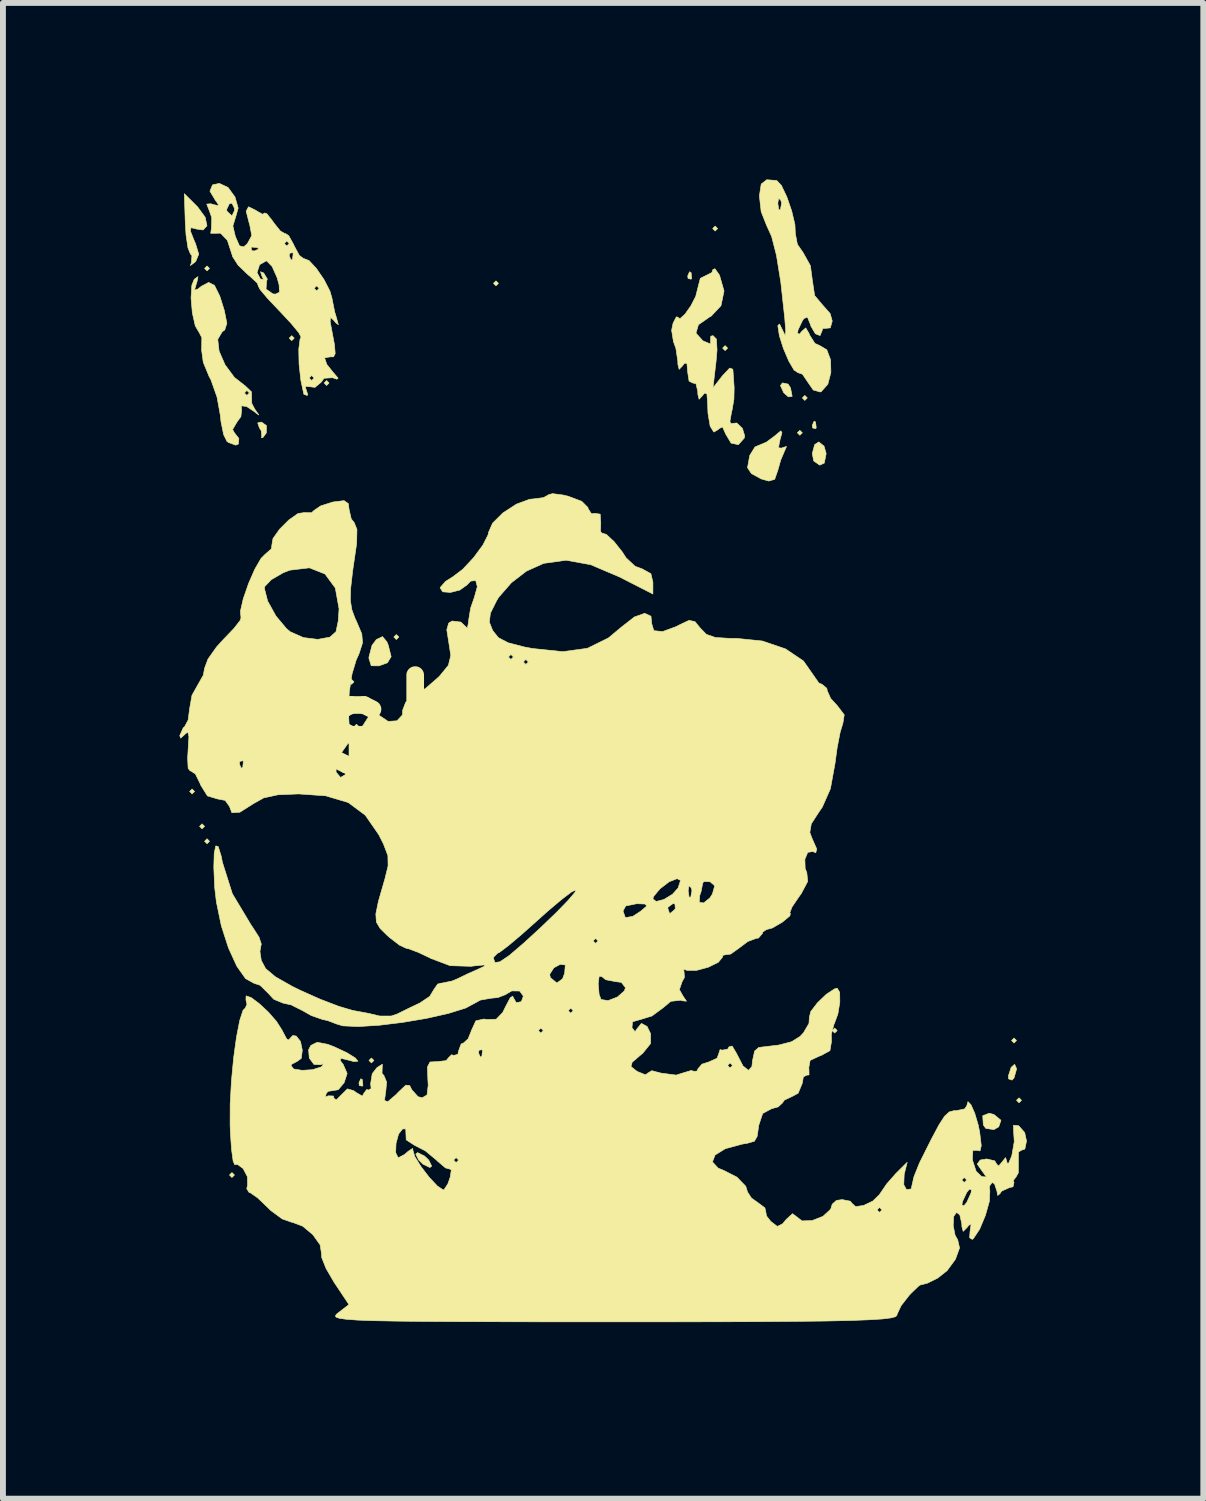
<source format=kicad_pcb>
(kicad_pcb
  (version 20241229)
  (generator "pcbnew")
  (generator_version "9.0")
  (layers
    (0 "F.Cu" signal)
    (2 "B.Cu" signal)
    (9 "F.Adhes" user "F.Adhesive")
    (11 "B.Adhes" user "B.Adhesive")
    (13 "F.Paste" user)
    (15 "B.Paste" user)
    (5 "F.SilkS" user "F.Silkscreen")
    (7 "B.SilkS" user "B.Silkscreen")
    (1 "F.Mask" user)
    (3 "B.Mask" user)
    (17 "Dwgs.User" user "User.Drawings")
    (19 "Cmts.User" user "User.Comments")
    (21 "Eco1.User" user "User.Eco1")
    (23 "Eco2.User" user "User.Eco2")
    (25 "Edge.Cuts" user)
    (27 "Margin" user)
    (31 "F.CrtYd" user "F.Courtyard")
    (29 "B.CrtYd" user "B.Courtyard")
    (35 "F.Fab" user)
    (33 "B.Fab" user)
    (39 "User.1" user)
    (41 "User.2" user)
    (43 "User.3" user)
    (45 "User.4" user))
  (footprint "shibe"
    (layer "F.Cu")
    (at 5.422 9.259)
    (property "Reference" "shibe" (at 0 0 0) (layer "F.SilkS") (effects (font (size 1.524 1.524) (thickness 0.3))))
    (attr through_hole)
    (fp_poly (pts (xy -5.165 1.143) (xy -5.207 1.185) (xy -5.249 1.143) (xy -5.207 1.101) (xy -5.165 1.143)) (stroke (width 0.01) (type solid)) (fill yes) (layer "F.SilkS"))
    (fp_poly (pts (xy -4.995 1.736) (xy -5.038 1.778) (xy -5.08 1.736) (xy -5.038 1.693) (xy -4.995 1.736)) (stroke (width 0.01) (type solid)) (fill yes) (layer "F.SilkS"))
    (fp_poly (pts (xy -4.911 -7.747) (xy -4.953 -7.705) (xy -4.995 -7.747) (xy -4.953 -7.789) (xy -4.911 -7.747)) (stroke (width 0.01) (type solid)) (fill yes) (layer "F.SilkS"))
    (fp_poly (pts (xy -4.911 1.99) (xy -4.953 2.032) (xy -4.995 1.99) (xy -4.953 1.947) (xy -4.911 1.99)) (stroke (width 0.01) (type solid)) (fill yes) (layer "F.SilkS"))
    (fp_poly (pts (xy -4.487 7.662) (xy -4.53 7.705) (xy -4.572 7.662) (xy -4.53 7.62) (xy -4.487 7.662)) (stroke (width 0.01) (type solid)) (fill yes) (layer "F.SilkS"))
    (fp_poly (pts (xy -3.471 -6.562) (xy -3.514 -6.519) (xy -3.556 -6.562) (xy -3.514 -6.604) (xy -3.471 -6.562)) (stroke (width 0.01) (type solid)) (fill yes) (layer "F.SilkS"))
    (fp_poly (pts (xy -2.879 -5.8) (xy -2.921 -5.757) (xy -2.963 -5.8) (xy -2.921 -5.842) (xy -2.879 -5.8)) (stroke (width 0.01) (type solid)) (fill yes) (layer "F.SilkS"))
    (fp_poly (pts (xy -2.455 -0.72) (xy -2.498 -0.677) (xy -2.54 -0.72) (xy -2.498 -0.762) (xy -2.455 -0.72)) (stroke (width 0.01) (type solid)) (fill yes) (layer "F.SilkS"))
    (fp_poly (pts (xy -2.371 0.042) (xy -2.413 0.085) (xy -2.455 0.042) (xy -2.413 0) (xy -2.371 0.042)) (stroke (width 0.01) (type solid)) (fill yes) (layer "F.SilkS"))
    (fp_poly (pts (xy -2.117 5.715) (xy -2.159 5.757) (xy -2.201 5.715) (xy -2.159 5.673) (xy -2.117 5.715)) (stroke (width 0.01) (type solid)) (fill yes) (layer "F.SilkS"))
    (fp_poly (pts (xy -1.693 -1.482) (xy -1.736 -1.439) (xy -1.778 -1.482) (xy -1.736 -1.524) (xy -1.693 -1.482)) (stroke (width 0.01) (type solid)) (fill yes) (layer "F.SilkS"))
    (fp_poly (pts (xy 0 -7.493) (xy -0.042 -7.451) (xy -0.085 -7.493) (xy -0.042 -7.535) (xy 0 -7.493)) (stroke (width 0.01) (type solid)) (fill yes) (layer "F.SilkS"))
    (fp_poly (pts (xy 3.725 -8.424) (xy 3.683 -8.382) (xy 3.641 -8.424) (xy 3.683 -8.467) (xy 3.725 -8.424)) (stroke (width 0.01) (type solid)) (fill yes) (layer "F.SilkS"))
    (fp_poly (pts (xy 3.895 -6.392) (xy 3.852 -6.35) (xy 3.81 -6.392) (xy 3.852 -6.435) (xy 3.895 -6.392)) (stroke (width 0.01) (type solid)) (fill yes) (layer "F.SilkS"))
    (fp_poly (pts (xy 5.165 -4.953) (xy 5.122 -4.911) (xy 5.08 -4.953) (xy 5.122 -4.995) (xy 5.165 -4.953)) (stroke (width 0.01) (type solid)) (fill yes) (layer "F.SilkS"))
    (fp_poly (pts (xy 5.249 -5.546) (xy 5.207 -5.503) (xy 5.165 -5.546) (xy 5.207 -5.588) (xy 5.249 -5.546)) (stroke (width 0.01) (type solid)) (fill yes) (layer "F.SilkS"))
    (fp_poly (pts (xy 5.757 5.207) (xy 5.715 5.249) (xy 5.673 5.207) (xy 5.715 5.165) (xy 5.757 5.207)) (stroke (width 0.01) (type solid)) (fill yes) (layer "F.SilkS"))
    (fp_poly (pts (xy 8.805 5.376) (xy 8.763 5.419) (xy 8.721 5.376) (xy 8.763 5.334) (xy 8.805 5.376)) (stroke (width 0.01) (type solid)) (fill yes) (layer "F.SilkS"))
    (fp_poly (pts (xy 8.89 6.392) (xy 8.848 6.435) (xy 8.805 6.392) (xy 8.848 6.35) (xy 8.89 6.392)) (stroke (width 0.01) (type solid)) (fill yes) (layer "F.SilkS"))
    (fp_poly (pts (xy -2.314 6.04) (xy -2.304 6.14) (xy -2.314 6.152) (xy -2.365 6.141) (xy -2.371 6.096) (xy -2.34 6.026) (xy -2.314 6.04)) (stroke (width 0.01) (type solid)) (fill yes) (layer "F.SilkS"))
    (fp_poly (pts (xy 3.274 -7.676) (xy 3.284 -7.576) (xy 3.274 -7.564) (xy 3.223 -7.575) (xy 3.217 -7.62) (xy 3.248 -7.69) (xy 3.274 -7.676)) (stroke (width 0.01) (type solid)) (fill yes) (layer "F.SilkS"))
    (fp_poly (pts (xy 5.39 -5.136) (xy 5.401 -5.036) (xy 5.39 -5.024) (xy 5.34 -5.035) (xy 5.334 -5.08) (xy 5.365 -5.15) (xy 5.39 -5.136)) (stroke (width 0.01) (type solid)) (fill yes) (layer "F.SilkS"))
    (fp_poly (pts (xy 4.923 -5.781) (xy 4.964 -5.717) (xy 4.992 -5.572) (xy 4.927 -5.564) (xy 4.848 -5.634) (xy 4.793 -5.756) (xy 4.827 -5.801) (xy 4.923 -5.781)) (stroke (width 0.01) (type solid)) (fill yes) (layer "F.SilkS"))
    (fp_poly (pts (xy -1.256 7.34) (xy -1.185 7.408) (xy -1.135 7.511) (xy -1.165 7.535) (xy -1.284 7.477) (xy -1.355 7.408) (xy -1.405 7.306) (xy -1.375 7.281) (xy -1.256 7.34)) (stroke (width 0.01) (type solid)) (fill yes) (layer "F.SilkS"))
    (fp_poly (pts (xy 5.534 -4.726) (xy 5.57 -4.6) (xy 5.538 -4.438) (xy 5.46 -4.403) (xy 5.358 -4.475) (xy 5.334 -4.6) (xy 5.374 -4.752) (xy 5.444 -4.798) (xy 5.534 -4.726)) (stroke (width 0.01) (type solid)) (fill yes) (layer "F.SilkS"))
    (fp_poly (pts (xy 8.421 6.633) (xy 8.541 6.732) (xy 8.503 6.843) (xy 8.421 6.89) (xy 8.283 6.87) (xy 8.241 6.811) (xy 8.231 6.655) (xy 8.341 6.612) (xy 8.421 6.633)) (stroke (width 0.01) (type solid)) (fill yes) (layer "F.SilkS"))
    (fp_poly (pts (xy 8.805 5.852) (xy 8.805 5.865) (xy 8.763 6.013) (xy 8.728 6.049) (xy 8.67 6.028) (xy 8.669 5.972) (xy 8.715 5.831) (xy 8.773 5.781) (xy 8.805 5.852)) (stroke (width 0.01) (type solid)) (fill yes) (layer "F.SilkS"))
    (fp_poly (pts (xy -3.943 -5.076) (xy -3.945 -4.952) (xy -4.005 -4.871) (xy -4.031 -4.869) (xy -4.022 -4.882) (xy -4.031 -4.986) (xy -4.063 -5.037) (xy -4.092 -5.122) (xy -4.03 -5.136) (xy -3.943 -5.076)) (stroke (width 0.01) (type solid)) (fill yes) (layer "F.SilkS"))
    (fp_poly (pts (xy -1.898 -1.403) (xy -1.873 -1.343) (xy -1.824 -1.148) (xy -1.887 -1.044) (xy -2.031 -0.992) (xy -2.162 -0.993) (xy -2.201 -1.117) (xy -2.201 -1.141) (xy -2.149 -1.34) (xy -2.075 -1.439) (xy -1.971 -1.489) (xy -1.898 -1.403)) (stroke (width 0.01) (type solid)) (fill yes) (layer "F.SilkS"))
    (fp_poly (pts (xy -5.114 -8.793) (xy -4.985 -8.617) (xy -4.954 -8.472) (xy -5.02 -8.4) (xy -5.131 -8.416) (xy -5.225 -8.44) (xy -5.237 -8.385) (xy -5.171 -8.218) (xy -5.15 -8.172) (xy -5.094 -7.989) (xy -5.144 -7.869) (xy -5.162 -7.851) (xy -5.237 -7.795) (xy -5.218 -7.847) (xy -5.21 -7.965) (xy -5.235 -7.992) (xy -5.277 -8.095) (xy -5.31 -8.314) (xy -5.323 -8.527) (xy -5.339 -9.017) (xy -5.114 -8.793)) (stroke (width 0.01) (type solid)) (fill yes) (layer "F.SilkS"))
    (fp_poly (pts (xy 4.819 -4.954) (xy 4.786 -4.837) (xy 4.759 -4.699) (xy 4.814 -4.692) (xy 4.83 -4.701) (xy 4.896 -4.721) (xy 4.868 -4.656) (xy 4.798 -4.491) (xy 4.749 -4.318) (xy 4.695 -4.162) (xy 4.594 -4.133) (xy 4.466 -4.169) (xy 4.299 -4.26) (xy 4.233 -4.36) (xy 4.271 -4.568) (xy 4.36 -4.712) (xy 4.426 -4.741) (xy 4.552 -4.793) (xy 4.682 -4.889) (xy 4.8 -4.986) (xy 4.819 -4.954)) (stroke (width 0.01) (type solid)) (fill yes) (layer "F.SilkS"))
    (fp_poly (pts (xy -5.125 -7.515) (xy -5.133 -7.493) (xy -5.166 -7.378) (xy -5.11 -7.396) (xy -5.047 -7.445) (xy -4.925 -7.509) (xy -4.827 -7.459) (xy -4.736 -7.276) (xy -4.659 -7.03) (xy -4.616 -6.815) (xy -4.652 -6.701) (xy -4.696 -6.669) (xy -4.771 -6.542) (xy -4.748 -6.34) (xy -4.647 -6.109) (xy -4.488 -5.894) (xy -4.304 -5.75) (xy -4.198 -5.649) (xy -4.196 -5.58) (xy -4.193 -5.453) (xy -4.139 -5.351) (xy -4.072 -5.256) (xy -4.114 -5.283) (xy -4.149 -5.313) (xy -4.281 -5.4) (xy -4.37 -5.412) (xy -4.366 -5.343) (xy -4.365 -5.341) (xy -4.378 -5.227) (xy -4.445 -5.135) (xy -4.519 -5.008) (xy -4.488 -4.953) (xy -4.412 -4.856) (xy -4.42 -4.762) (xy -4.466 -4.743) (xy -4.587 -4.788) (xy -4.614 -4.806) (xy -4.671 -4.922) (xy -4.716 -5.142) (xy -4.727 -5.249) (xy -4.783 -5.56) (xy -4.808 -5.63) (xy -4.318 -5.63) (xy -4.276 -5.588) (xy -4.233 -5.63) (xy -4.276 -5.673) (xy -4.318 -5.63) (xy -4.808 -5.63) (xy -4.887 -5.854) (xy -4.918 -5.911) (xy -5.017 -6.151) (xy -5.047 -6.371) (xy -5.044 -6.397) (xy -5.042 -6.57) (xy -5.081 -6.647) (xy -5.153 -6.77) (xy -5.203 -6.992) (xy -5.225 -7.246) (xy -5.211 -7.463) (xy -5.17 -7.563) (xy -5.106 -7.607) (xy -5.125 -7.515)) (stroke (width 0.01) (type solid)) (fill yes) (layer "F.SilkS"))
    (fp_poly (pts (xy 4.73 -9.241) (xy 4.809 -9.157) (xy 4.901 -8.964) (xy 4.984 -8.723) (xy 5.039 -8.492) (xy 5.046 -8.34) (xy 5.081 -8.155) (xy 5.176 -8.019) (xy 5.302 -7.793) (xy 5.334 -7.552) (xy 5.374 -7.286) (xy 5.503 -7.132) (xy 5.638 -6.979) (xy 5.673 -6.852) (xy 5.64 -6.736) (xy 5.588 -6.731) (xy 5.51 -6.724) (xy 5.503 -6.694) (xy 5.466 -6.605) (xy 5.387 -6.636) (xy 5.311 -6.765) (xy 5.302 -6.795) (xy 5.251 -6.92) (xy 5.191 -6.894) (xy 5.166 -6.858) (xy 5.093 -6.704) (xy 5.083 -6.646) (xy 5.116 -6.629) (xy 5.157 -6.679) (xy 5.223 -6.736) (xy 5.279 -6.641) (xy 5.288 -6.615) (xy 5.379 -6.472) (xy 5.461 -6.435) (xy 5.581 -6.364) (xy 5.645 -6.193) (xy 5.65 -5.978) (xy 5.598 -5.778) (xy 5.486 -5.653) (xy 5.472 -5.646) (xy 5.351 -5.68) (xy 5.26 -5.811) (xy 5.167 -5.949) (xy 5.09 -5.975) (xy 5.024 -6.019) (xy 4.934 -6.173) (xy 4.844 -6.384) (xy 4.775 -6.601) (xy 4.749 -6.769) (xy 4.75 -6.776) (xy 4.778 -6.802) (xy 4.833 -6.689) (xy 4.872 -6.607) (xy 4.883 -6.674) (xy 4.866 -6.9) (xy 4.799 -7.512) (xy 4.725 -7.97) (xy 4.643 -8.29) (xy 4.557 -8.479) (xy 4.465 -8.712) (xy 4.449 -8.855) (xy 4.748 -8.855) (xy 4.764 -8.745) (xy 4.792 -8.744) (xy 4.813 -8.857) (xy 4.799 -8.906) (xy 4.762 -8.938) (xy 4.748 -8.855) (xy 4.449 -8.855) (xy 4.435 -8.979) (xy 4.466 -9.181) (xy 4.56 -9.254) (xy 4.73 -9.241)) (stroke (width 0.01) (type solid)) (fill yes) (layer "F.SilkS"))
    (fp_poly (pts (xy 3.757 -7.632) (xy 3.834 -7.363) (xy 3.782 -7.113) (xy 3.617 -6.937) (xy 3.592 -6.924) (xy 3.399 -6.79) (xy 3.357 -6.647) (xy 3.473 -6.518) (xy 3.485 -6.512) (xy 3.607 -6.461) (xy 3.604 -6.509) (xy 3.604 -6.511) (xy 3.609 -6.595) (xy 3.647 -6.604) (xy 3.705 -6.546) (xy 3.715 -6.358) (xy 3.698 -6.16) (xy 3.646 -5.715) (xy 3.811 -5.927) (xy 3.931 -6.053) (xy 3.983 -6.034) (xy 3.986 -6.011) (xy 4.006 -5.721) (xy 4.002 -5.524) (xy 3.972 -5.346) (xy 3.961 -5.301) (xy 3.934 -5.147) (xy 3.951 -5.108) (xy 3.953 -5.11) (xy 4.05 -5.12) (xy 4.146 -5.029) (xy 4.185 -4.901) (xy 4.177 -4.862) (xy 4.077 -4.751) (xy 3.954 -4.778) (xy 3.862 -4.932) (xy 3.808 -5.054) (xy 3.745 -5.021) (xy 3.737 -5.009) (xy 3.66 -4.965) (xy 3.598 -5.066) (xy 3.561 -5.287) (xy 3.555 -5.447) (xy 3.543 -5.614) (xy 3.502 -5.629) (xy 3.471 -5.588) (xy 3.41 -5.523) (xy 3.389 -5.607) (xy 3.388 -5.656) (xy 3.357 -5.787) (xy 3.302 -5.8) (xy 3.24 -5.831) (xy 3.216 -5.985) (xy 3.203 -6.136) (xy 3.16 -6.134) (xy 3.133 -6.096) (xy 3.071 -6.031) (xy 3.05 -6.115) (xy 3.049 -6.165) (xy 3.016 -6.388) (xy 2.974 -6.504) (xy 2.943 -6.696) (xy 2.968 -6.816) (xy 3.023 -6.923) (xy 3.042 -6.921) (xy 3.084 -6.891) (xy 3.17 -6.969) (xy 3.27 -7.11) (xy 3.353 -7.272) (xy 3.387 -7.408) (xy 3.431 -7.579) (xy 3.514 -7.62) (xy 3.628 -7.677) (xy 3.644 -7.726) (xy 3.679 -7.742) (xy 3.757 -7.632)) (stroke (width 0.01) (type solid)) (fill yes) (layer "F.SilkS"))
    (fp_poly (pts (xy -4.596 -9.123) (xy -4.478 -8.961) (xy -4.424 -8.772) (xy -4.466 -8.624) (xy -4.467 -8.622) (xy -4.514 -8.469) (xy -4.472 -8.29) (xy -4.402 -8.131) (xy -4.331 -8.113) (xy -4.268 -8.166) (xy -4.266 -8.17) (xy -3.641 -8.17) (xy -3.598 -8.128) (xy -3.556 -8.17) (xy -3.598 -8.213) (xy -3.641 -8.17) (xy -4.266 -8.17) (xy -4.193 -8.305) (xy -4.23 -8.501) (xy -4.236 -8.515) (xy -4.288 -8.719) (xy -4.248 -8.795) (xy -4.12 -8.732) (xy -4.108 -8.722) (xy -4.005 -8.666) (xy -3.979 -8.689) (xy -3.939 -8.679) (xy -3.843 -8.558) (xy -3.824 -8.529) (xy -3.708 -8.384) (xy -3.63 -8.338) (xy -3.625 -8.342) (xy -3.566 -8.305) (xy -3.483 -8.156) (xy -3.473 -8.132) (xy -3.385 -7.969) (xy -3.311 -7.912) (xy -3.306 -7.914) (xy -3.219 -7.88) (xy -3.093 -7.744) (xy -2.963 -7.554) (xy -2.864 -7.36) (xy -2.831 -7.246) (xy -2.784 -7.009) (xy -2.751 -6.9) (xy -2.721 -6.79) (xy -2.767 -6.825) (xy -2.793 -6.858) (xy -2.855 -6.917) (xy -2.86 -6.841) (xy -2.84 -6.731) (xy -2.787 -6.45) (xy -2.775 -6.3) (xy -2.803 -6.244) (xy -2.857 -6.244) (xy -2.955 -6.227) (xy -2.918 -6.116) (xy -2.82 -5.993) (xy -2.725 -5.881) (xy -2.747 -5.864) (xy -2.819 -5.889) (xy -2.965 -5.88) (xy -3.012 -5.814) (xy -3.119 -5.725) (xy -3.196 -5.735) (xy -3.286 -5.743) (xy -3.269 -5.687) (xy -3.24 -5.598) (xy -3.255 -5.588) (xy -3.308 -5.609) (xy -3.359 -5.846) (xy -3.363 -5.884) (xy -3.217 -5.884) (xy -3.175 -5.842) (xy -3.133 -5.884) (xy -3.175 -5.927) (xy -3.217 -5.884) (xy -3.363 -5.884) (xy -3.389 -6.121) (xy -3.394 -6.374) (xy -3.372 -6.546) (xy -3.355 -6.579) (xy -3.392 -6.652) (xy -3.522 -6.81) (xy -3.718 -7.02) (xy -3.731 -7.033) (xy -3.925 -7.238) (xy -4.051 -7.388) (xy -4.084 -7.451) (xy -4.082 -7.451) (xy -4.099 -7.497) (xy -4.219 -7.609) (xy -4.259 -7.642) (xy -4.296 -7.677) (xy -4.103 -7.677) (xy -4.047 -7.567) (xy -3.994 -7.56) (xy -4.022 -7.62) (xy -4.044 -7.691) (xy -3.991 -7.67) (xy -3.929 -7.568) (xy -3.941 -7.529) (xy -3.95 -7.395) (xy -3.834 -7.314) (xy -3.788 -7.31) (xy -3.721 -7.343) (xy -3.725 -7.408) (xy -3.133 -7.408) (xy -3.09 -7.366) (xy -3.048 -7.408) (xy -3.09 -7.451) (xy -3.133 -7.408) (xy -3.725 -7.408) (xy -3.729 -7.471) (xy -3.763 -7.592) (xy -3.847 -7.78) (xy -3.937 -7.872) (xy -3.949 -7.874) (xy -4.06 -7.81) (xy -4.103 -7.677) (xy -4.296 -7.677) (xy -4.426 -7.803) (xy -4.518 -7.946) (xy -4.521 -7.959) (xy -3.556 -7.959) (xy -3.525 -7.889) (xy -3.5 -7.902) (xy -3.489 -8.003) (xy -3.5 -8.015) (xy -3.55 -8.003) (xy -3.556 -7.959) (xy -4.521 -7.959) (xy -4.567 -8.1) (xy -4.205 -8.1) (xy -4.193 -8.049) (xy -4.149 -8.043) (xy -4.079 -8.074) (xy -4.092 -8.1) (xy -4.193 -8.11) (xy -4.205 -8.1) (xy -4.567 -8.1) (xy -4.607 -8.224) (xy -4.724 -8.346) (xy -4.804 -8.344) (xy -4.891 -8.344) (xy -4.878 -8.43) (xy -4.873 -8.61) (xy -4.913 -8.725) (xy -4.921 -8.745) (xy -4.622 -8.745) (xy -4.611 -8.715) (xy -4.529 -8.64) (xy -4.489 -8.725) (xy -4.487 -8.768) (xy -4.529 -8.855) (xy -4.573 -8.847) (xy -4.622 -8.745) (xy -4.921 -8.745) (xy -4.958 -8.84) (xy -4.888 -8.846) (xy -4.849 -8.833) (xy -4.75 -8.811) (xy -4.791 -8.879) (xy -4.805 -8.894) (xy -4.904 -9.06) (xy -4.86 -9.167) (xy -4.744 -9.192) (xy -4.596 -9.123)) (stroke (width 0.01) (type solid)) (fill yes) (layer "F.SilkS"))
    (fp_poly (pts (xy 1.101 -3.895) (xy 1.185 -3.875) (xy 1.416 -3.788) (xy 1.521 -3.683) (xy 1.524 -3.664) (xy 1.581 -3.576) (xy 1.643 -3.584) (xy 1.729 -3.57) (xy 1.739 -3.42) (xy 1.735 -3.278) (xy 1.754 -3.25) (xy 1.833 -3.226) (xy 1.965 -3.104) (xy 2.106 -2.926) (xy 2.168 -2.829) (xy 2.323 -2.684) (xy 2.443 -2.64) (xy 2.591 -2.558) (xy 2.625 -2.413) (xy 2.625 -2.213) (xy 2.057 -2.503) (xy 1.568 -2.711) (xy 1.149 -2.787) (xy 0.769 -2.734) (xy 0.476 -2.602) (xy 0.221 -2.406) (xy 0.005 -2.159) (xy -0.029 -2.104) (xy -0.137 -1.887) (xy -0.155 -1.736) (xy -0.098 -1.592) (xy -0.001 -1.471) (xy 0.165 -1.384) (xy 0.443 -1.312) (xy 0.576 -1.287) (xy 1.093 -1.233) (xy 1.511 -1.29) (xy 1.869 -1.466) (xy 2.093 -1.653) (xy 2.311 -1.823) (xy 2.487 -1.885) (xy 2.592 -1.836) (xy 2.605 -1.707) (xy 2.641 -1.59) (xy 2.789 -1.574) (xy 3.023 -1.66) (xy 3.069 -1.685) (xy 3.239 -1.765) (xy 3.34 -1.744) (xy 3.43 -1.634) (xy 3.534 -1.527) (xy 3.687 -1.474) (xy 3.943 -1.458) (xy 4.044 -1.459) (xy 4.486 -1.414) (xy 4.879 -1.28) (xy 5.184 -1.075) (xy 5.358 -0.826) (xy 5.445 -0.701) (xy 5.501 -0.677) (xy 5.581 -0.61) (xy 5.588 -0.569) (xy 5.647 -0.437) (xy 5.76 -0.314) (xy 5.877 -0.16) (xy 5.855 -0.02) (xy 5.807 0.139) (xy 5.756 0.404) (xy 5.72 0.669) (xy 5.642 1.097) (xy 5.504 1.41) (xy 5.449 1.489) (xy 5.317 1.693) (xy 5.292 1.839) (xy 5.328 1.936) (xy 5.41 2.122) (xy 5.393 2.185) (xy 5.343 2.164) (xy 5.257 2.178) (xy 5.208 2.295) (xy 5.213 2.452) (xy 5.241 2.522) (xy 5.256 2.672) (xy 5.146 2.88) (xy 5.104 2.938) (xy 4.989 3.108) (xy 4.951 3.207) (xy 4.962 3.217) (xy 4.953 3.258) (xy 4.835 3.356) (xy 4.824 3.365) (xy 4.656 3.463) (xy 4.551 3.492) (xy 4.49 3.534) (xy 4.487 3.556) (xy 4.42 3.634) (xy 4.376 3.641) (xy 4.237 3.694) (xy 4.089 3.805) (xy 3.947 3.907) (xy 3.861 3.918) (xy 3.813 3.929) (xy 3.81 3.957) (xy 3.738 4.046) (xy 3.567 4.13) (xy 3.367 4.184) (xy 3.208 4.185) (xy 3.186 4.176) (xy 3.135 4.165) (xy 3.153 4.191) (xy 3.161 4.305) (xy 3.122 4.374) (xy 3.075 4.51) (xy 3.134 4.616) (xy 3.196 4.708) (xy 3.128 4.701) (xy 3.1 4.691) (xy 2.929 4.71) (xy 2.803 4.816) (xy 2.609 4.959) (xy 2.434 5.013) (xy 2.279 5.058) (xy 2.269 5.157) (xy 2.322 5.227) (xy 2.351 5.182) (xy 2.43 5.085) (xy 2.526 5.137) (xy 2.586 5.26) (xy 2.586 5.427) (xy 2.454 5.591) (xy 2.419 5.62) (xy 2.273 5.745) (xy 2.252 5.818) (xy 2.344 5.892) (xy 2.367 5.906) (xy 2.499 5.959) (xy 2.54 5.929) (xy 2.607 5.889) (xy 2.757 5.929) (xy 3.02 5.964) (xy 3.127 5.93) (xy 3.274 5.886) (xy 3.333 5.901) (xy 3.383 5.892) (xy 3.387 5.862) (xy 3.44 5.8) (xy 3.895 5.8) (xy 3.937 5.842) (xy 3.979 5.8) (xy 3.937 5.757) (xy 3.895 5.8) (xy 3.44 5.8) (xy 3.459 5.778) (xy 3.577 5.74) (xy 3.716 5.677) (xy 3.744 5.601) (xy 3.767 5.53) (xy 3.801 5.54) (xy 3.895 5.523) (xy 3.92 5.483) (xy 3.972 5.47) (xy 4.047 5.596) (xy 4.049 5.601) (xy 4.156 5.808) (xy 4.25 5.883) (xy 4.308 5.818) (xy 4.318 5.72) (xy 4.354 5.555) (xy 4.424 5.494) (xy 4.766 5.453) (xy 4.984 5.396) (xy 5.126 5.307) (xy 5.185 5.244) (xy 5.278 5.085) (xy 5.284 4.982) (xy 5.308 4.884) (xy 5.421 4.736) (xy 5.572 4.591) (xy 5.713 4.498) (xy 5.758 4.487) (xy 5.8 4.558) (xy 5.802 4.726) (xy 5.769 4.925) (xy 5.708 5.091) (xy 5.703 5.099) (xy 5.658 5.267) (xy 5.66 5.394) (xy 5.634 5.549) (xy 5.479 5.633) (xy 5.46 5.638) (xy 5.297 5.714) (xy 5.274 5.843) (xy 5.277 5.853) (xy 5.279 5.961) (xy 5.241 5.964) (xy 5.182 5.995) (xy 5.165 6.099) (xy 5.094 6.272) (xy 4.995 6.325) (xy 4.858 6.39) (xy 4.826 6.439) (xy 4.754 6.504) (xy 4.642 6.535) (xy 4.491 6.616) (xy 4.425 6.814) (xy 4.397 7.005) (xy 4.35 7.088) (xy 4.232 7.122) (xy 4.147 7.136) (xy 3.857 7.214) (xy 3.682 7.322) (xy 3.637 7.439) (xy 3.734 7.545) (xy 3.827 7.583) (xy 4.053 7.698) (xy 4.203 7.853) (xy 4.233 7.95) (xy 4.3 8.054) (xy 4.41 8.132) (xy 4.528 8.22) (xy 4.541 8.272) (xy 4.556 8.358) (xy 4.629 8.451) (xy 4.74 8.536) (xy 4.831 8.49) (xy 4.888 8.42) (xy 4.998 8.319) (xy 5.054 8.361) (xy 5.159 8.442) (xy 5.333 8.436) (xy 5.516 8.364) (xy 5.635 8.255) (xy 6.435 8.255) (xy 6.477 8.297) (xy 6.519 8.255) (xy 6.477 8.213) (xy 6.435 8.255) (xy 5.635 8.255) (xy 5.646 8.245) (xy 5.673 8.158) (xy 5.744 8.094) (xy 5.842 8.08) (xy 5.98 8.107) (xy 6.011 8.146) (xy 6.071 8.199) (xy 6.21 8.179) (xy 6.227 8.17) (xy 7.877 8.17) (xy 7.912 8.185) (xy 7.959 8.128) (xy 8.03 7.974) (xy 8.041 7.916) (xy 8.006 7.901) (xy 7.959 7.959) (xy 7.887 8.113) (xy 7.877 8.17) (xy 6.227 8.17) (xy 6.364 8.104) (xy 6.474 7.997) (xy 6.477 7.992) (xy 6.599 7.813) (xy 6.754 7.637) (xy 6.947 7.446) (xy 6.896 7.651) (xy 6.889 7.827) (xy 6.936 7.912) (xy 7.015 7.898) (xy 7.027 7.844) (xy 7.049 7.747) (xy 7.874 7.747) (xy 7.916 7.789) (xy 7.959 7.747) (xy 7.916 7.705) (xy 7.874 7.747) (xy 7.049 7.747) (xy 7.063 7.688) (xy 7.151 7.469) (xy 7.166 7.436) (xy 7.354 7.06) (xy 7.487 6.81) (xy 7.583 6.662) (xy 7.662 6.59) (xy 7.74 6.569) (xy 7.782 6.568) (xy 7.923 6.539) (xy 7.959 6.488) (xy 7.98 6.415) (xy 8.031 6.468) (xy 8.095 6.612) (xy 8.154 6.811) (xy 8.179 6.934) (xy 8.206 7.163) (xy 8.185 7.253) (xy 8.134 7.243) (xy 8.063 7.243) (xy 8.055 7.385) (xy 8.058 7.414) (xy 8.119 7.599) (xy 8.213 7.688) (xy 8.293 7.697) (xy 8.239 7.619) (xy 8.234 7.614) (xy 8.137 7.476) (xy 8.189 7.407) (xy 8.297 7.389) (xy 8.435 7.421) (xy 8.468 7.477) (xy 8.501 7.51) (xy 8.551 7.451) (xy 8.619 7.366) (xy 8.64 7.43) (xy 8.642 7.451) (xy 8.667 7.47) (xy 8.718 7.353) (xy 8.727 7.324) (xy 8.767 7.095) (xy 8.756 6.922) (xy 8.753 6.816) (xy 8.842 6.825) (xy 8.944 6.94) (xy 8.975 7.084) (xy 8.947 7.221) (xy 8.891 7.24) (xy 8.839 7.271) (xy 8.837 7.438) (xy 8.838 7.446) (xy 8.836 7.626) (xy 8.792 7.704) (xy 8.789 7.705) (xy 8.749 7.757) (xy 8.763 7.789) (xy 8.745 7.863) (xy 8.69 7.874) (xy 8.552 7.936) (xy 8.523 7.98) (xy 8.485 8.01) (xy 8.473 7.938) (xy 8.431 7.812) (xy 8.39 7.789) (xy 8.343 7.856) (xy 8.352 7.938) (xy 8.344 8.109) (xy 8.277 8.347) (xy 8.179 8.582) (xy 8.075 8.739) (xy 8.053 8.757) (xy 8.008 8.728) (xy 8.016 8.615) (xy 8.034 8.492) (xy 7.992 8.519) (xy 7.967 8.551) (xy 7.899 8.62) (xy 7.877 8.541) (xy 7.875 8.488) (xy 7.841 8.339) (xy 7.786 8.297) (xy 7.737 8.366) (xy 7.729 8.521) (xy 7.761 8.685) (xy 7.806 8.765) (xy 7.837 8.902) (xy 7.767 9.094) (xy 7.626 9.287) (xy 7.467 9.413) (xy 7.292 9.5) (xy 7.201 9.524) (xy 7.197 9.519) (xy 7.147 9.544) (xy 7.024 9.662) (xy 6.985 9.702) (xy 6.844 9.883) (xy 6.775 10.03) (xy 6.773 10.045) (xy 6.749 10.07) (xy 6.67 10.091) (xy 6.523 10.109) (xy 6.297 10.123) (xy 5.98 10.135) (xy 5.56 10.144) (xy 5.026 10.15) (xy 4.365 10.155) (xy 3.566 10.157) (xy 2.617 10.158) (xy 1.926 10.158) (xy 0.899 10.158) (xy 0.029 10.156) (xy -0.697 10.154) (xy -1.29 10.151) (xy -1.763 10.145) (xy -2.129 10.138) (xy -2.399 10.128) (xy -2.586 10.114) (xy -2.702 10.098) (xy -2.76 10.078) (xy -2.771 10.054) (xy -2.749 10.025) (xy -2.731 10.01) (xy -2.541 9.864) (xy -2.795 9.483) (xy -2.93 9.251) (xy -3.004 9.065) (xy -3.008 8.994) (xy -3.031 8.849) (xy -3.154 8.677) (xy -3.327 8.532) (xy -3.499 8.467) (xy -3.508 8.467) (xy -3.676 8.408) (xy -3.874 8.262) (xy -3.923 8.213) (xy -4.09 8.053) (xy -4.215 7.965) (xy -4.238 7.959) (xy -4.278 7.896) (xy -4.264 7.831) (xy -4.267 7.691) (xy -4.34 7.552) (xy -4.438 7.48) (xy -4.48 7.489) (xy -4.509 7.428) (xy -4.529 7.283) (xy -1.747 7.283) (xy -1.707 7.365) (xy -1.698 7.366) (xy -1.597 7.314) (xy -1.535 7.26) (xy -1.459 7.21) (xy -1.454 7.239) (xy -1.423 7.347) (xy -1.318 7.517) (xy -1.177 7.701) (xy -1.038 7.849) (xy -0.939 7.915) (xy -0.925 7.912) (xy -0.859 7.81) (xy -0.82 7.698) (xy -0.801 7.576) (xy -0.819 7.564) (xy -0.901 7.541) (xy -1.037 7.425) (xy -1.046 7.415) (xy -1.054 7.408) (xy -0.762 7.408) (xy -0.72 7.451) (xy -0.677 7.408) (xy -0.72 7.366) (xy -0.762 7.408) (xy -1.054 7.408) (xy -1.242 7.252) (xy -1.424 7.158) (xy -1.568 7.065) (xy -1.572 6.97) (xy -1.576 6.878) (xy -1.63 6.879) (xy -1.698 6.966) (xy -1.741 7.125) (xy -1.747 7.283) (xy -4.529 7.283) (xy -4.536 7.234) (xy -4.556 6.944) (xy -4.561 6.812) (xy -4.56 6.454) (xy -4.538 6.061) (xy -4.501 5.67) (xy -4.452 5.315) (xy -4.397 5.034) (xy -4.341 4.862) (xy -4.304 4.826) (xy -4.274 4.762) (xy -4.292 4.686) (xy -4.289 4.617) (xy -4.204 4.646) (xy -4.068 4.747) (xy -3.913 4.891) (xy -3.772 5.052) (xy -3.676 5.204) (xy -3.675 5.207) (xy -3.6 5.349) (xy -3.561 5.369) (xy -3.559 5.358) (xy -3.496 5.291) (xy -3.438 5.3) (xy -3.365 5.391) (xy -3.334 5.541) (xy -3.351 5.679) (xy -3.418 5.729) (xy -3.418 5.729) (xy -3.513 5.779) (xy -3.525 5.803) (xy -3.481 5.86) (xy -3.337 5.883) (xy -3.161 5.872) (xy -3.018 5.827) (xy -2.989 5.805) (xy -2.981 5.769) (xy -3.022 5.788) (xy -3.135 5.783) (xy -3.215 5.675) (xy -3.227 5.533) (xy -3.188 5.459) (xy -3.081 5.406) (xy -2.904 5.44) (xy -2.796 5.481) (xy -2.577 5.583) (xy -2.434 5.672) (xy -2.388 5.728) (xy -2.461 5.733) (xy -2.539 5.712) (xy -2.681 5.679) (xy -2.687 5.72) (xy -2.639 5.782) (xy -2.572 5.936) (xy -2.623 6.093) (xy -2.722 6.212) (xy -2.792 6.224) (xy -2.896 6.24) (xy -2.928 6.277) (xy -2.94 6.336) (xy -2.892 6.316) (xy -2.805 6.319) (xy -2.794 6.361) (xy -2.755 6.386) (xy -2.676 6.306) (xy -2.567 6.198) (xy -2.459 6.229) (xy -2.422 6.258) (xy -2.313 6.321) (xy -2.286 6.271) (xy -2.239 6.208) (xy -2.209 6.218) (xy -2.164 6.193) (xy -2.173 6.111) (xy -2.145 5.939) (xy -2.064 5.836) (xy -1.973 5.779) (xy -1.975 5.815) (xy -1.979 5.937) (xy -1.948 5.968) (xy -1.901 6.081) (xy -1.914 6.228) (xy -1.937 6.394) (xy -1.882 6.417) (xy -1.743 6.298) (xy -1.699 6.252) (xy -1.575 6.135) (xy -1.509 6.141) (xy -1.475 6.21) (xy -1.368 6.33) (xy -1.297 6.35) (xy -1.214 6.301) (xy -1.194 6.135) (xy -1.2 6.032) (xy -1.207 5.826) (xy -1.163 5.741) (xy -1.042 5.735) (xy -1.037 5.735) (xy -0.889 5.718) (xy -0.847 5.667) (xy -0.795 5.617) (xy -0.762 5.63) (xy -0.69 5.611) (xy -0.685 5.588) (xy -0.339 5.588) (xy -0.308 5.658) (xy -0.282 5.644) (xy -0.272 5.544) (xy -0.282 5.532) (xy -0.333 5.543) (xy -0.339 5.588) (xy -0.685 5.588) (xy -0.677 5.551) (xy -0.634 5.435) (xy -0.594 5.419) (xy -0.515 5.347) (xy -0.459 5.207) (xy 0.677 5.207) (xy 0.72 5.249) (xy 0.762 5.207) (xy 0.72 5.165) (xy 0.677 5.207) (xy -0.459 5.207) (xy -0.456 5.199) (xy -0.384 5.041) (xy -0.246 5.011) (xy -0.196 5.019) (xy -0.038 5.014) (xy 0.073 4.899) (xy 0.088 4.868) (xy 1.185 4.868) (xy 1.228 4.911) (xy 1.27 4.868) (xy 1.228 4.826) (xy 1.185 4.868) (xy 0.088 4.868) (xy 0.124 4.794) (xy 0.201 4.648) (xy 0.244 4.622) (xy 0.247 4.636) (xy 0.302 4.733) (xy 0.389 4.716) (xy 0.423 4.622) (xy 0.361 4.535) (xy 0.226 4.533) (xy 0.115 4.598) (xy -0.009 4.646) (xy -0.124 4.657) (xy -0.308 4.689) (xy -0.385 4.732) (xy -0.557 4.824) (xy -0.849 4.915) (xy -1.22 4.999) (xy -1.628 5.068) (xy -2.03 5.117) (xy -2.383 5.139) (xy -2.645 5.127) (xy -2.752 5.095) (xy -2.904 5.037) (xy -2.992 5.018) (xy -3.183 4.951) (xy -3.329 4.868) (xy -3.525 4.77) (xy -3.659 4.741) (xy -3.819 4.675) (xy -3.914 4.572) (xy -4.05 4.438) (xy -4.155 4.403) (xy -4.298 4.324) (xy -4.447 4.113) (xy -4.589 3.802) (xy -4.71 3.427) (xy -4.794 3.022) (xy -4.823 2.776) (xy -4.838 2.431) (xy -4.831 2.19) (xy -4.804 2.068) (xy -4.764 2.079) (xy -4.713 2.24) (xy -4.692 2.347) (xy -4.523 2.881) (xy -4.204 3.413) (xy -4.185 3.44) (xy -4.07 3.619) (xy -4.03 3.738) (xy -4.035 3.753) (xy -4.054 3.863) (xy -4.031 4.016) (xy -3.957 4.154) (xy -3.79 4.294) (xy -3.501 4.458) (xy -3.364 4.525) (xy -3.03 4.674) (xy -2.714 4.795) (xy -2.478 4.865) (xy -2.455 4.869) (xy -2.212 4.914) (xy -2.024 4.958) (xy -2.016 4.96) (xy -1.823 4.96) (xy -1.72 4.925) (xy -1.528 4.83) (xy -1.333 4.737) (xy -1.168 4.626) (xy -1.101 4.515) (xy -1.033 4.416) (xy -1.005 4.41) (xy 1.695 4.41) (xy 1.711 4.593) (xy 1.744 4.679) (xy 1.863 4.698) (xy 2.022 4.637) (xy 2.14 4.533) (xy 2.159 4.478) (xy 2.089 4.388) (xy 1.991 4.375) (xy 1.823 4.343) (xy 1.759 4.291) (xy 1.712 4.281) (xy 1.695 4.41) (xy -1.005 4.41) (xy -0.973 4.403) (xy -0.789 4.365) (xy -0.697 4.327) (xy -0.54 4.251) (xy 0.87 4.251) (xy 0.883 4.309) (xy 0.993 4.398) (xy 1.089 4.328) (xy 1.125 4.233) (xy 1.136 4.092) (xy 1.049 4.082) (xy 0.942 4.14) (xy 0.87 4.251) (xy -0.54 4.251) (xy -0.504 4.234) (xy -0.339 4.161) (xy -0.226 4.107) (xy -0.249 4.092) (xy -0.422 4.109) (xy -0.466 4.115) (xy -0.822 4.104) (xy -1.14 3.984) (xy -1.15 3.979) (xy -0.085 3.979) (xy -0.06 4.051) (xy 0.025 4.038) (xy 0.185 3.93) (xy 0.434 3.717) (xy 0.471 3.683) (xy 1.609 3.683) (xy 1.651 3.725) (xy 1.693 3.683) (xy 1.651 3.641) (xy 1.609 3.683) (xy 0.471 3.683) (xy 0.714 3.46) (xy 0.976 3.208) (xy 1.009 3.175) (xy 2.117 3.175) (xy 2.157 3.288) (xy 2.285 3.265) (xy 2.418 3.178) (xy 2.471 3.133) (xy 2.879 3.133) (xy 2.908 3.215) (xy 2.916 3.217) (xy 2.988 3.158) (xy 3.006 3.133) (xy 2.999 3.055) (xy 2.968 3.048) (xy 2.882 3.109) (xy 2.879 3.133) (xy 2.471 3.133) (xy 2.523 3.088) (xy 2.488 3.056) (xy 2.349 3.051) (xy 2.163 3.089) (xy 2.117 3.175) (xy 1.009 3.175) (xy 1.153 3.027) (xy 3.413 3.027) (xy 3.488 3.038) (xy 3.593 2.953) (xy 3.636 2.887) (xy 3.676 2.746) (xy 3.597 2.678) (xy 3.489 2.674) (xy 3.471 2.705) (xy 3.444 2.844) (xy 3.42 2.914) (xy 3.413 3.027) (xy 1.153 3.027) (xy 1.179 2.999) (xy 1.206 2.969) (xy 2.625 2.969) (xy 2.681 3.013) (xy 2.812 2.979) (xy 2.957 2.891) (xy 3.013 2.829) (xy 3.224 2.829) (xy 3.24 2.939) (xy 3.268 2.94) (xy 3.289 2.827) (xy 3.275 2.778) (xy 3.238 2.746) (xy 3.224 2.829) (xy 3.013 2.829) (xy 3.054 2.783) (xy 3.095 2.655) (xy 3.036 2.625) (xy 2.901 2.678) (xy 2.745 2.798) (xy 2.638 2.926) (xy 2.625 2.969) (xy 1.206 2.969) (xy 1.299 2.859) (xy 1.319 2.815) (xy 1.243 2.85) (xy 1.073 2.979) (xy 0.836 3.179) (xy 0.663 3.334) (xy 0.395 3.573) (xy 0.172 3.761) (xy 0.023 3.874) (xy -0.018 3.895) (xy -0.083 3.96) (xy -0.085 3.979) (xy -1.15 3.979) (xy -1.363 3.878) (xy -1.529 3.816) (xy -1.564 3.81) (xy -1.679 3.757) (xy -1.851 3.625) (xy -1.893 3.588) (xy -2.012 3.47) (xy -2.075 3.363) (xy -2.084 3.225) (xy -2.041 3.014) (xy -1.947 2.687) (xy -1.933 2.64) (xy -1.876 2.41) (xy -1.879 2.234) (xy -1.954 2.036) (xy -2.034 1.878) (xy -2.263 1.547) (xy -2.553 1.331) (xy -2.937 1.217) (xy -3.396 1.185) (xy -3.75 1.2) (xy -3.99 1.252) (xy -4.168 1.352) (xy -4.172 1.355) (xy -4.395 1.496) (xy -4.531 1.505) (xy -4.572 1.397) (xy -4.645 1.295) (xy -4.775 1.27) (xy -4.946 1.219) (xy -5.058 1.04) (xy -5.07 1.01) (xy -5.151 0.846) (xy -5.199 0.814) (xy -2.76 0.814) (xy -2.684 0.905) (xy -2.606 0.859) (xy -2.551 0.704) (xy -2.54 0.569) (xy -2.54 0.301) (xy -2.675 0.493) (xy -2.758 0.679) (xy -2.76 0.814) (xy -5.199 0.814) (xy -5.229 0.793) (xy -5.237 0.796) (xy -5.274 0.751) (xy -5.278 0.677) (xy -4.403 0.677) (xy -4.372 0.747) (xy -4.346 0.734) (xy -4.336 0.633) (xy -4.346 0.621) (xy -4.397 0.633) (xy -4.403 0.677) (xy -5.278 0.677) (xy -5.283 0.577) (xy -5.275 0.443) (xy -5.261 0.212) (xy -5.28 0.131) (xy -5.326 0.169) (xy -5.4 0.236) (xy -5.417 0.195) (xy -5.357 0.06) (xy -5.334 0.042) (xy -5.274 -0.072) (xy -5.249 -0.265) (xy -5.209 -0.492) (xy -5.122 -0.647) (xy -5.016 -0.834) (xy -4.995 -0.951) (xy -4.937 -1.107) (xy -4.789 -1.316) (xy -4.667 -1.449) (xy -4.492 -1.632) (xy -4.389 -1.765) (xy -4.376 -1.808) (xy -4.386 -1.92) (xy -4.338 -2.13) (xy -4.275 -2.311) (xy -3.979 -2.311) (xy -3.923 -2.093) (xy -3.782 -1.839) (xy -3.602 -1.624) (xy -3.538 -1.571) (xy -3.315 -1.472) (xy -3.07 -1.442) (xy -2.864 -1.48) (xy -2.761 -1.573) (xy -2.723 -1.755) (xy -2.709 -1.96) (xy -2.773 -2.315) (xy -2.948 -2.553) (xy -3.213 -2.658) (xy -3.546 -2.618) (xy -3.659 -2.574) (xy -3.859 -2.458) (xy -3.971 -2.342) (xy -3.979 -2.311) (xy -4.275 -2.311) (xy -4.25 -2.385) (xy -4.143 -2.631) (xy -4.036 -2.817) (xy -3.971 -2.883) (xy -3.859 -2.981) (xy -3.851 -3.046) (xy -3.832 -3.156) (xy -3.721 -3.313) (xy -3.563 -3.471) (xy -3.407 -3.581) (xy -3.301 -3.597) (xy -3.176 -3.594) (xy -3.14 -3.629) (xy -3.023 -3.71) (xy -2.819 -3.775) (xy -2.811 -3.777) (xy -2.624 -3.8) (xy -2.551 -3.749) (xy -2.54 -3.656) (xy -2.502 -3.489) (xy -2.452 -3.427) (xy -2.405 -3.31) (xy -2.41 -3.077) (xy -2.418 -3.02) (xy -2.479 -2.6) (xy -2.512 -2.308) (xy -2.517 -2.104) (xy -2.493 -1.95) (xy -2.44 -1.805) (xy -2.41 -1.741) (xy -2.323 -1.536) (xy -2.31 -1.383) (xy -2.37 -1.197) (xy -2.418 -1.091) (xy -2.489 -0.854) (xy -2.535 -0.555) (xy -2.552 -0.247) (xy -2.538 0.011) (xy -2.488 0.164) (xy -2.483 0.169) (xy -2.412 0.142) (xy -2.303 0.022) (xy -2.201 -0.138) (xy -2.172 -0.203) (xy -2.103 -0.224) (xy -2.018 -0.144) (xy -1.875 -0.048) (xy -1.724 -0.058) (xy -1.632 -0.158) (xy -1.628 -0.239) (xy -1.577 -0.372) (xy -1.439 -0.478) (xy -1.236 -0.611) (xy -1.021 -0.798) (xy -0.999 -0.82) (xy -0.851 -1.001) (xy -0.837 -1.058) (xy 0.423 -1.058) (xy 0.466 -1.016) (xy 0.508 -1.058) (xy 0.466 -1.101) (xy 0.423 -1.058) (xy -0.837 -1.058) (xy -0.816 -1.143) (xy 0.169 -1.143) (xy 0.212 -1.101) (xy 0.254 -1.143) (xy 0.212 -1.185) (xy 0.169 -1.143) (xy -0.816 -1.143) (xy -0.81 -1.167) (xy -0.843 -1.382) (xy -0.878 -1.605) (xy -0.846 -1.718) (xy -0.788 -1.754) (xy -0.639 -1.736) (xy -0.585 -1.685) (xy -0.528 -1.631) (xy -0.51 -1.732) (xy -0.509 -1.753) (xy -0.473 -1.974) (xy -0.41 -2.155) (xy -0.359 -2.338) (xy -0.387 -2.442) (xy -0.473 -2.432) (xy -0.536 -2.366) (xy -0.657 -2.28) (xy -0.815 -2.24) (xy -0.948 -2.25) (xy -0.991 -2.318) (xy -0.989 -2.325) (xy -0.898 -2.428) (xy -0.773 -2.507) (xy -0.607 -2.633) (xy -0.423 -2.83) (xy -0.265 -3.044) (xy -0.176 -3.22) (xy -0.169 -3.26) (xy -0.099 -3.418) (xy 0.077 -3.592) (xy 0.305 -3.74) (xy 0.529 -3.823) (xy 0.582 -3.828) (xy 0.765 -3.851) (xy 0.846 -3.896) (xy 0.847 -3.899) (xy 0.919 -3.919) (xy 1.101 -3.895)) (stroke (width 0.01) (type solid)) (fill yes) (layer "F.SilkS")))
  (gr_rect
    (start -3 -3)
    (end 17.402 22.422)
    (stroke (width 0.1) (type default))
    (fill no)
    (layer "Edge.Cuts")))
</source>
